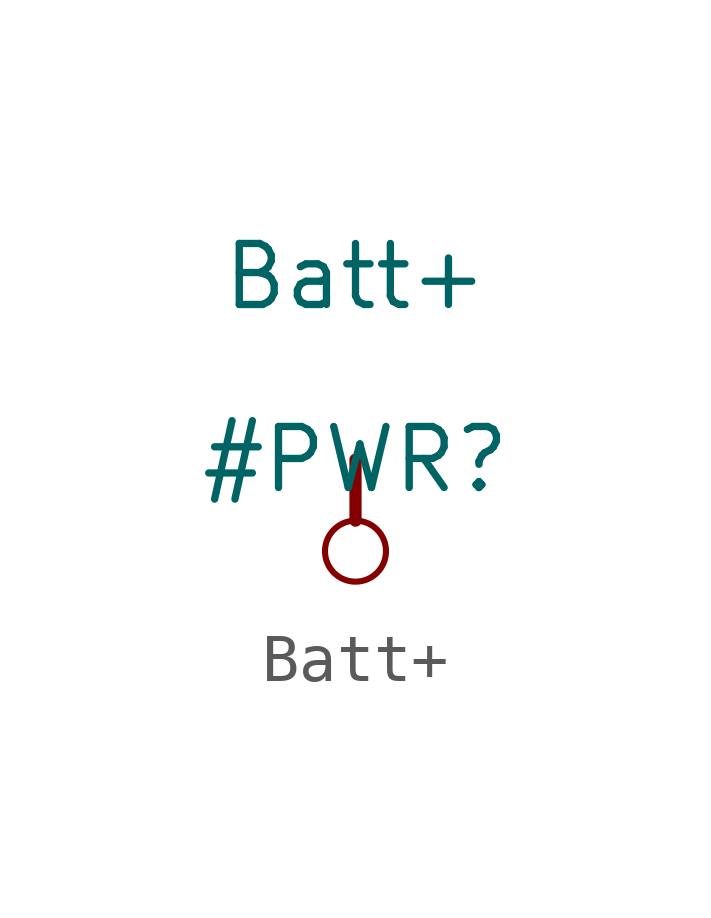
<source format=kicad_sym>
(kicad_symbol_lib
  (version 20220914)
  (generator kicad_symbol_editor)
  (symbol "Batt+"
    (power)
    (property "Reference" "#PWR"
      (at 0 0 0)
      (effects (font (size 1.27 1.27))))
    (property "Value" "Batt+"
      (at 0 3.81 0)
      (effects (font (size 1.27 1.27))))
    (symbol "Batt+_0_0"
      (circle (center 0 -1.905) (radius 0.635) (stroke (width 0.127) (type solid)) (fill (type none)))
      (polyline (pts (xy 0 0) (xy 0 -1.27)) (stroke (width 0.254) (type solid)) (fill (type none)))
      (pin power_in line (at 0 0 0) (length 0) hide (name "Batt+" (effects (font (size 1.27 1.27)))) (number "" (effects (font (size 1.27 1.27))))))))
</source>
